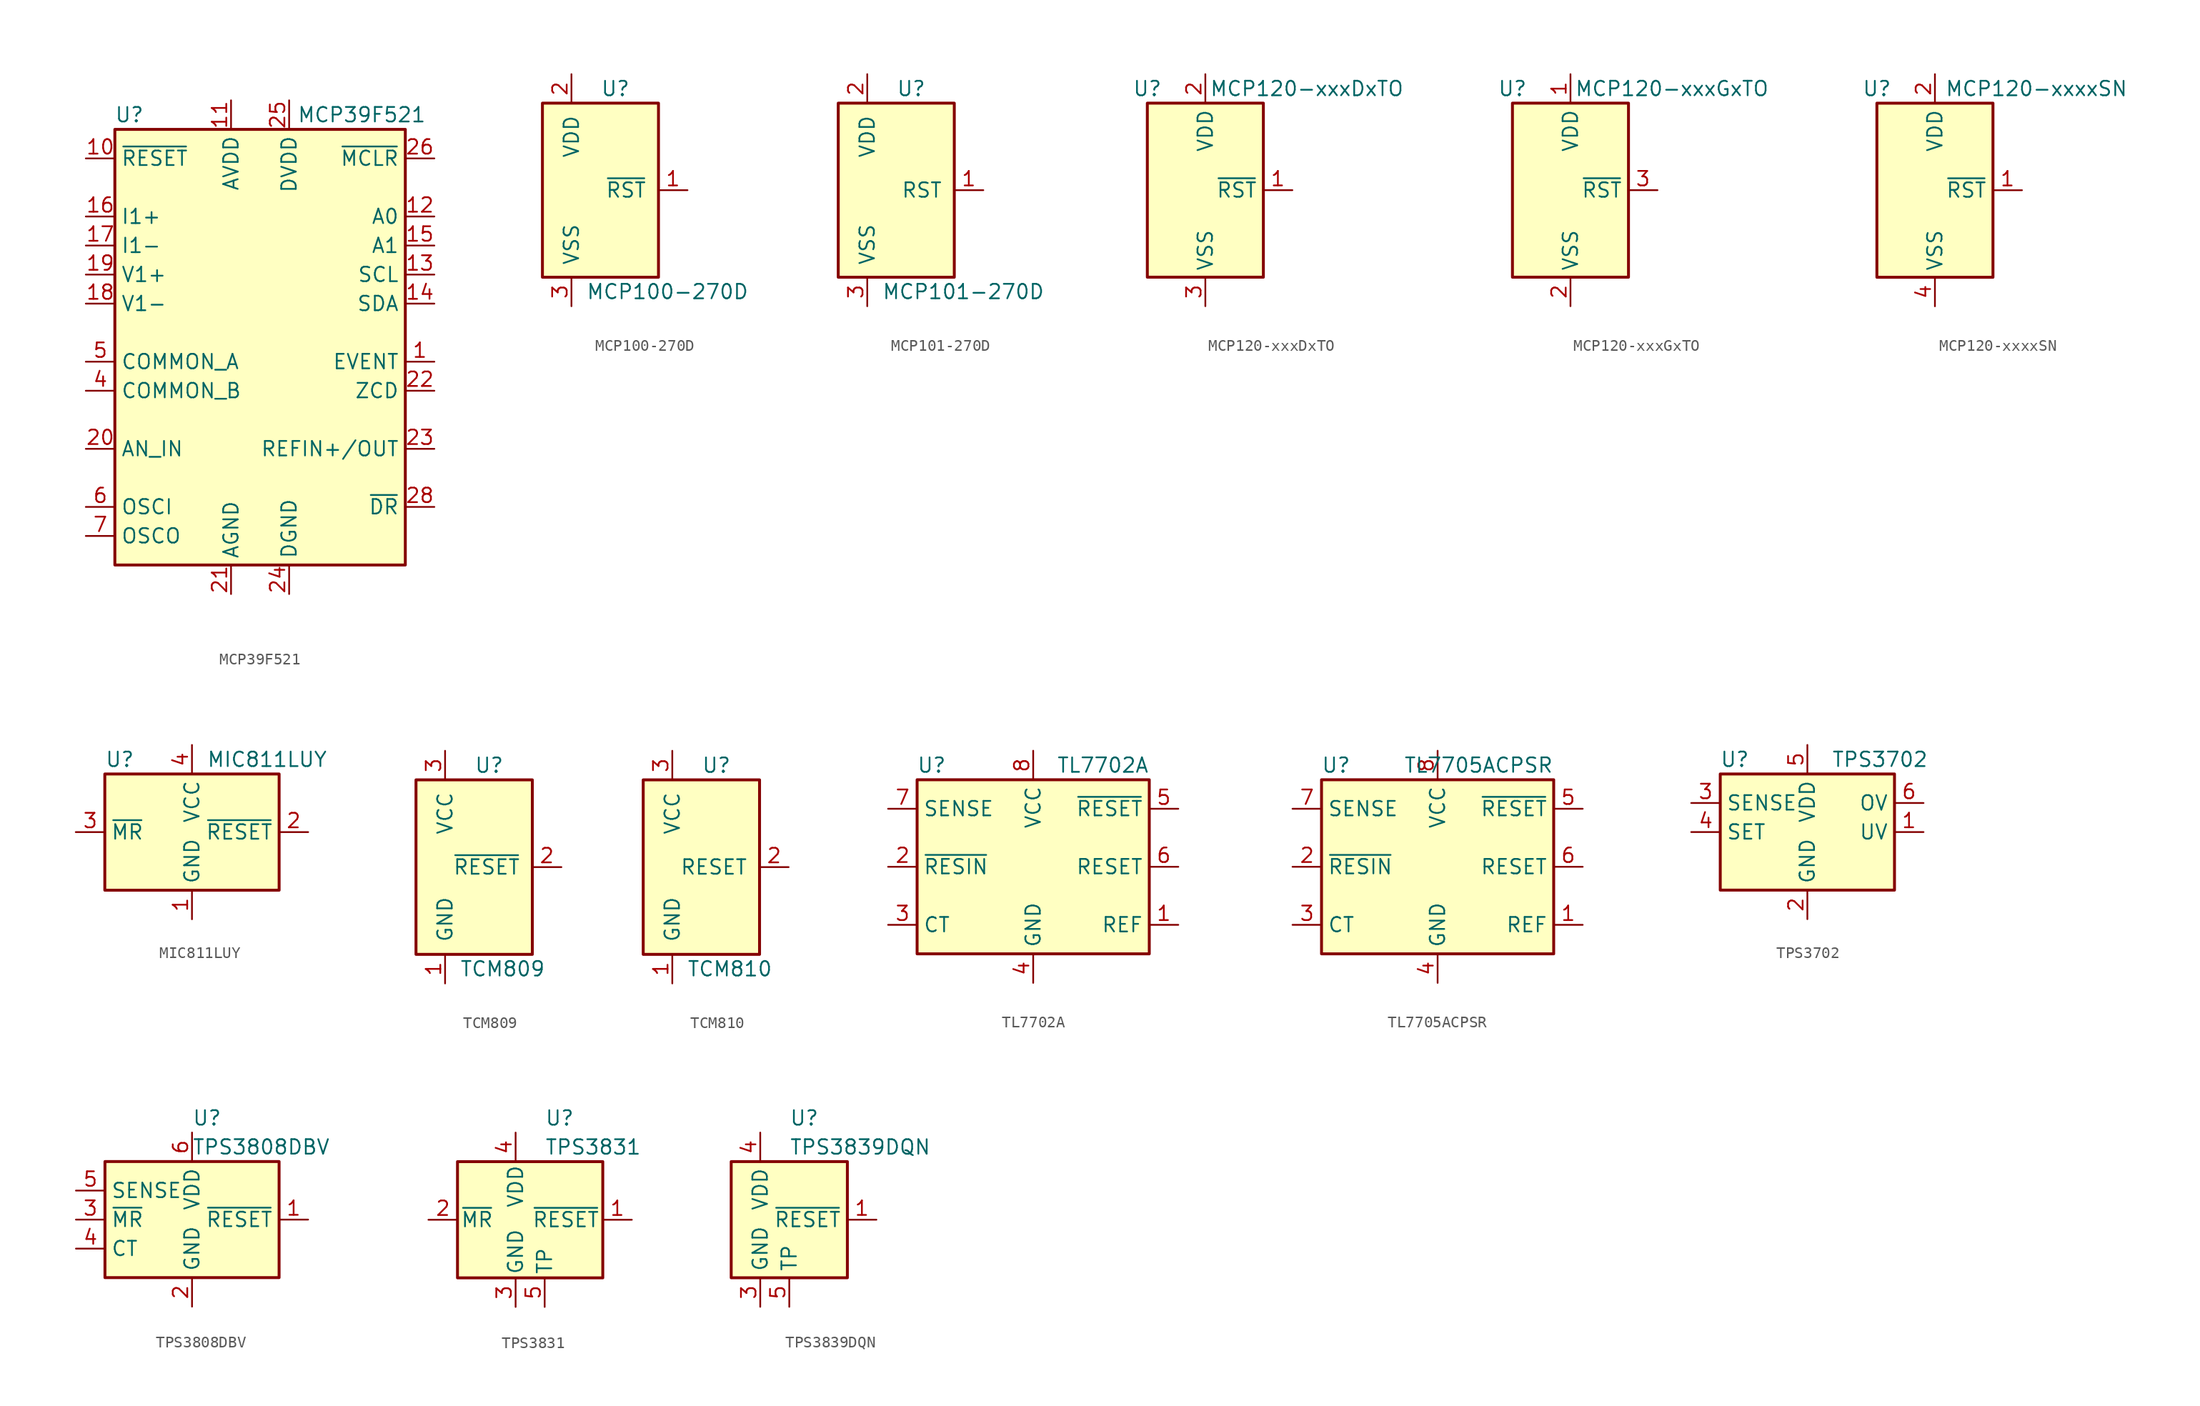
<source format=kicad_sym>
(kicad_symbol_lib
  (version 20201005)
  (generator kicad_symbol_editor)
  (symbol "Power_Supervisor:MCP39F521"
    (property "Reference" "U"
      (at -11.43 19.05 0)
      (effects (font (size 1.27 1.27))))
    (property "Value" "MCP39F521"
      (at 8.89 19.05 0)
      (effects (font (size 1.27 1.27))))
    (symbol "MCP39F521_0_1"
      (rectangle (start -12.7 17.78) (end 12.7 -20.32) (stroke (width 0.254)) (fill (type background))))
    (symbol "MCP39F521_1_1"
      (pin output line (at 15.24 -2.54 180) (length 2.54) (name "EVENT" (effects (font (size 1.27 1.27)))) (number "1" (effects (font (size 1.27 1.27)))))
      (pin input line (at -15.24 15.24 0) (length 2.54) (name "~RESET" (effects (font (size 1.27 1.27)))) (number "10" (effects (font (size 1.27 1.27)))))
      (pin power_in line (at -2.54 20.32 270) (length 2.54) (name "AVDD" (effects (font (size 1.27 1.27)))) (number "11" (effects (font (size 1.27 1.27)))))
      (pin input line (at 15.24 10.16 180) (length 2.54) (name "A0" (effects (font (size 1.27 1.27)))) (number "12" (effects (font (size 1.27 1.27)))))
      (pin input line (at 15.24 5.08 180) (length 2.54) (name "SCL" (effects (font (size 1.27 1.27)))) (number "13" (effects (font (size 1.27 1.27)))))
      (pin bidirectional line (at 15.24 2.54 180) (length 2.54) (name "SDA" (effects (font (size 1.27 1.27)))) (number "14" (effects (font (size 1.27 1.27)))))
      (pin input line (at 15.24 7.62 180) (length 2.54) (name "A1" (effects (font (size 1.27 1.27)))) (number "15" (effects (font (size 1.27 1.27)))))
      (pin input line (at -15.24 10.16 0) (length 2.54) (name "I1+" (effects (font (size 1.27 1.27)))) (number "16" (effects (font (size 1.27 1.27)))))
      (pin input line (at -15.24 7.62 0) (length 2.54) (name "I1-" (effects (font (size 1.27 1.27)))) (number "17" (effects (font (size 1.27 1.27)))))
      (pin input line (at -15.24 2.54 0) (length 2.54) (name "V1-" (effects (font (size 1.27 1.27)))) (number "18" (effects (font (size 1.27 1.27)))))
      (pin input line (at -15.24 5.08 0) (length 2.54) (name "V1+" (effects (font (size 1.27 1.27)))) (number "19" (effects (font (size 1.27 1.27)))))
      (pin no_connect line (at -12.7 12.7 0) (length 2.54) hide (name "NC" (effects (font (size 1.27 1.27)))) (number "2" (effects (font (size 1.27 1.27)))))
      (pin input line (at -15.24 -10.16 0) (length 2.54) (name "AN_IN" (effects (font (size 1.27 1.27)))) (number "20" (effects (font (size 1.27 1.27)))))
      (pin power_in line (at -2.54 -22.86 90) (length 2.54) (name "AGND" (effects (font (size 1.27 1.27)))) (number "21" (effects (font (size 1.27 1.27)))))
      (pin output line (at 15.24 -5.08 180) (length 2.54) (name "ZCD" (effects (font (size 1.27 1.27)))) (number "22" (effects (font (size 1.27 1.27)))))
      (pin bidirectional line (at 15.24 -10.16 180) (length 2.54) (name "REFIN+/OUT" (effects (font (size 1.27 1.27)))) (number "23" (effects (font (size 1.27 1.27)))))
      (pin power_in line (at 2.54 -22.86 90) (length 2.54) (name "DGND" (effects (font (size 1.27 1.27)))) (number "24" (effects (font (size 1.27 1.27)))))
      (pin power_in line (at 2.54 20.32 270) (length 2.54) (name "DVDD" (effects (font (size 1.27 1.27)))) (number "25" (effects (font (size 1.27 1.27)))))
      (pin input line (at 15.24 15.24 180) (length 2.54) (name "~MCLR" (effects (font (size 1.27 1.27)))) (number "26" (effects (font (size 1.27 1.27)))))
      (pin passive line (at 2.54 -22.86 90) (length 2.54) hide (name "DGND" (effects (font (size 1.27 1.27)))) (number "27" (effects (font (size 1.27 1.27)))))
      (pin output line (at 15.24 -15.24 180) (length 2.54) (name "~DR" (effects (font (size 1.27 1.27)))) (number "28" (effects (font (size 1.27 1.27)))))
      (pin passive line (at 2.54 -22.86 90) (length 2.54) hide (name "DGND" (effects (font (size 1.27 1.27)))) (number "29" (effects (font (size 1.27 1.27)))))
      (pin no_connect line (at -12.7 0 0) (length 2.54) hide (name "NC" (effects (font (size 1.27 1.27)))) (number "3" (effects (font (size 1.27 1.27)))))
      (pin passive line (at -15.24 -5.08 0) (length 2.54) (name "COMMON_B" (effects (font (size 1.27 1.27)))) (number "4" (effects (font (size 1.27 1.27)))))
      (pin passive line (at -15.24 -2.54 0) (length 2.54) (name "COMMON_A" (effects (font (size 1.27 1.27)))) (number "5" (effects (font (size 1.27 1.27)))))
      (pin input line (at -15.24 -15.24 0) (length 2.54) (name "OSCI" (effects (font (size 1.27 1.27)))) (number "6" (effects (font (size 1.27 1.27)))))
      (pin passive line (at -15.24 -17.78 0) (length 2.54) (name "OSCO" (effects (font (size 1.27 1.27)))) (number "7" (effects (font (size 1.27 1.27)))))
      (pin no_connect line (at 12.7 12.7 180) (length 2.54) hide (name "NC" (effects (font (size 1.27 1.27)))) (number "8" (effects (font (size 1.27 1.27)))))
      (pin no_connect line (at 12.7 0 180) (length 2.54) hide (name "NC" (effects (font (size 1.27 1.27)))) (number "9" (effects (font (size 1.27 1.27)))))))
  (symbol "Power_Supervisor:MCP100-270D"
    (pin_names
      (offset 1.016))
    (property "Reference" "U"
      (at 0 8.89 0)
      (effects (font (size 1.27 1.27)) (justify left)))
    (property "Value" "MCP100-270D"
      (at -1.27 -8.89 0)
      (effects (font (size 1.27 1.27)) (justify left)))
    (symbol "MCP100-270D_1_1"
      (rectangle (start -5.08 7.62) (end 5.08 -7.62) (stroke (width 0.254)) (fill (type background)))
      (pin output line (at 7.62 0 180) (length 2.54) (name "~RST" (effects (font (size 1.27 1.27)))) (number "1" (effects (font (size 1.27 1.27)))))
      (pin power_in line (at -2.54 10.16 270) (length 2.54) (name "VDD" (effects (font (size 1.27 1.27)))) (number "2" (effects (font (size 1.27 1.27)))))
      (pin power_in line (at -2.54 -10.16 90) (length 2.54) (name "VSS" (effects (font (size 1.27 1.27)))) (number "3" (effects (font (size 1.27 1.27)))))))
  (symbol "Power_Supervisor:MCP101-270D"
    (pin_names
      (offset 1.016))
    (property "Reference" "U"
      (at 0 8.89 0)
      (effects (font (size 1.27 1.27)) (justify left)))
    (property "Value" "MCP101-270D"
      (at -1.27 -8.89 0)
      (effects (font (size 1.27 1.27)) (justify left)))
    (symbol "MCP101-270D_1_1"
      (rectangle (start -5.08 7.62) (end 5.08 -7.62) (stroke (width 0.254)) (fill (type background)))
      (pin output line (at 7.62 0 180) (length 2.54) (name "RST" (effects (font (size 1.27 1.27)))) (number "1" (effects (font (size 1.27 1.27)))))
      (pin power_in line (at -2.54 10.16 270) (length 2.54) (name "VDD" (effects (font (size 1.27 1.27)))) (number "2" (effects (font (size 1.27 1.27)))))
      (pin power_in line (at -2.54 -10.16 90) (length 2.54) (name "VSS" (effects (font (size 1.27 1.27)))) (number "3" (effects (font (size 1.27 1.27)))))))
  (symbol "Power_Supervisor:MCP120-xxxDxTO"
    (property "Reference" "U"
      (at -5.08 8.89 0)
      (effects (font (size 1.27 1.27))))
    (property "Value" "MCP120-xxxDxTO"
      (at 8.89 8.89 0)
      (effects (font (size 1.27 1.27))))
    (symbol "MCP120-xxxDxTO_0_1"
      (rectangle (start 5.08 7.62) (end -5.08 -7.62) (stroke (width 0.254)) (fill (type background)))
      (pin power_in line (at 0 10.16 270) (length 2.54) (name "VDD" (effects (font (size 1.27 1.27)))) (number "2" (effects (font (size 1.27 1.27))))))
    (symbol "MCP120-xxxDxTO_1_1"
      (pin open_collector line (at 7.62 0 180) (length 2.54) (name "~RST" (effects (font (size 1.27 1.27)))) (number "1" (effects (font (size 1.27 1.27)))))
      (pin power_in line (at 0 -10.16 90) (length 2.54) (name "VSS" (effects (font (size 1.27 1.27)))) (number "3" (effects (font (size 1.27 1.27)))))))
  (symbol "Power_Supervisor:MCP120-xxxGxTO"
    (property "Reference" "U"
      (at -5.08 8.89 0)
      (effects (font (size 1.27 1.27))))
    (property "Value" "MCP120-xxxGxTO"
      (at 8.89 8.89 0)
      (effects (font (size 1.27 1.27))))
    (symbol "MCP120-xxxGxTO_0_1"
      (rectangle (start 5.08 7.62) (end -5.08 -7.62) (stroke (width 0.254)) (fill (type background))))
    (symbol "MCP120-xxxGxTO_1_1"
      (pin power_in line (at 0 10.16 270) (length 2.54) (name "VDD" (effects (font (size 1.27 1.27)))) (number "1" (effects (font (size 1.27 1.27)))))
      (pin power_in line (at 0 -10.16 90) (length 2.54) (name "VSS" (effects (font (size 1.27 1.27)))) (number "2" (effects (font (size 1.27 1.27)))))
      (pin open_collector line (at 7.62 0 180) (length 2.54) (name "~RST" (effects (font (size 1.27 1.27)))) (number "3" (effects (font (size 1.27 1.27)))))))
  (symbol "Power_Supervisor:MCP120-xxxxSN"
    (property "Reference" "U"
      (at -5.08 8.89 0)
      (effects (font (size 1.27 1.27))))
    (property "Value" "MCP120-xxxxSN"
      (at 8.89 8.89 0)
      (effects (font (size 1.27 1.27))))
    (symbol "MCP120-xxxxSN_0_1"
      (rectangle (start 5.08 7.62) (end -5.08 -7.62) (stroke (width 0.254)) (fill (type background))))
    (symbol "MCP120-xxxxSN_1_1"
      (pin open_collector line (at 7.62 0 180) (length 2.54) (name "~RST" (effects (font (size 1.27 1.27)))) (number "1" (effects (font (size 1.27 1.27)))))
      (pin power_in line (at 0 10.16 270) (length 2.54) (name "VDD" (effects (font (size 1.27 1.27)))) (number "2" (effects (font (size 1.27 1.27)))))
      (pin no_connect line (at -5.08 5.08 0) (length 2.54) hide (name "NC" (effects (font (size 1.27 1.27)))) (number "3" (effects (font (size 1.27 1.27)))))
      (pin power_in line (at 0 -10.16 90) (length 2.54) (name "VSS" (effects (font (size 1.27 1.27)))) (number "4" (effects (font (size 1.27 1.27)))))
      (pin no_connect line (at -5.08 2.54 0) (length 2.54) hide (name "NC" (effects (font (size 1.27 1.27)))) (number "5" (effects (font (size 1.27 1.27)))))
      (pin no_connect line (at -5.08 0 0) (length 2.54) hide (name "NC" (effects (font (size 1.27 1.27)))) (number "6" (effects (font (size 1.27 1.27)))))
      (pin no_connect line (at -5.08 -2.54 0) (length 2.54) hide (name "NC" (effects (font (size 1.27 1.27)))) (number "7" (effects (font (size 1.27 1.27)))))
      (pin no_connect line (at -5.08 -5.08 0) (length 2.54) hide (name "NC" (effects (font (size 1.27 1.27)))) (number "8" (effects (font (size 1.27 1.27)))))))
  (symbol "Power_Supervisor:MIC811LUY"
    (property "Reference" "U"
      (at -7.62 6.35 0)
      (effects (font (size 1.27 1.27)) (justify left)))
    (property "Value" "MIC811LUY"
      (at 1.27 6.35 0)
      (effects (font (size 1.27 1.27)) (justify left)))
    (symbol "MIC811LUY_0_1"
      (rectangle (start -7.62 5.08) (end 7.62 -5.08) (stroke (width 0.254)) (fill (type background))))
    (symbol "MIC811LUY_1_1"
      (pin power_in line (at 0 -7.62 90) (length 2.54) (name "GND" (effects (font (size 1.27 1.27)))) (number "1" (effects (font (size 1.27 1.27)))))
      (pin output line (at 10.16 0 180) (length 2.54) (name "~RESET" (effects (font (size 1.27 1.27)))) (number "2" (effects (font (size 1.27 1.27)))))
      (pin input line (at -10.16 0 0) (length 2.54) (name "~MR" (effects (font (size 1.27 1.27)))) (number "3" (effects (font (size 1.27 1.27)))))
      (pin power_in line (at 0 7.62 270) (length 2.54) (name "VCC" (effects (font (size 1.27 1.27)))) (number "4" (effects (font (size 1.27 1.27)))))))
  (symbol "Power_Supervisor:TCM809"
    (pin_names
      (offset 1.016))
    (property "Reference" "U"
      (at 0 8.89 0)
      (effects (font (size 1.27 1.27)) (justify left)))
    (property "Value" "TCM809"
      (at -1.27 -8.89 0)
      (effects (font (size 1.27 1.27)) (justify left)))
    (symbol "TCM809_1_1"
      (rectangle (start -5.08 7.62) (end 5.08 -7.62) (stroke (width 0.254)) (fill (type background)))
      (pin power_in line (at -2.54 -10.16 90) (length 2.54) (name "GND" (effects (font (size 1.27 1.27)))) (number "1" (effects (font (size 1.27 1.27)))))
      (pin output line (at 7.62 0 180) (length 2.54) (name "~RESET~" (effects (font (size 1.27 1.27)))) (number "2" (effects (font (size 1.27 1.27)))))
      (pin power_in line (at -2.54 10.16 270) (length 2.54) (name "VCC" (effects (font (size 1.27 1.27)))) (number "3" (effects (font (size 1.27 1.27)))))))
  (symbol "Power_Supervisor:TCM810"
    (pin_names
      (offset 1.016))
    (property "Reference" "U"
      (at 0 8.89 0)
      (effects (font (size 1.27 1.27)) (justify left)))
    (property "Value" "TCM810"
      (at -1.27 -8.89 0)
      (effects (font (size 1.27 1.27)) (justify left)))
    (symbol "TCM810_1_1"
      (rectangle (start -5.08 7.62) (end 5.08 -7.62) (stroke (width 0.254)) (fill (type background)))
      (pin power_in line (at -2.54 -10.16 90) (length 2.54) (name "GND" (effects (font (size 1.27 1.27)))) (number "1" (effects (font (size 1.27 1.27)))))
      (pin output line (at 7.62 0 180) (length 2.54) (name "RESET" (effects (font (size 1.27 1.27)))) (number "2" (effects (font (size 1.27 1.27)))))
      (pin power_in line (at -2.54 10.16 270) (length 2.54) (name "VCC" (effects (font (size 1.27 1.27)))) (number "3" (effects (font (size 1.27 1.27)))))))
  (symbol "Power_Supervisor:TL7702A"
    (property "Reference" "U"
      (at -8.89 8.89 0)
      (effects (font (size 1.27 1.27))))
    (property "Value" "TL7702A"
      (at 10.16 8.89 0)
      (effects (font (size 1.27 1.27)) (justify right)))
    (symbol "TL7702A_0_1"
      (rectangle (start -10.16 7.62) (end 10.16 -7.62) (stroke (width 0.254)) (fill (type background))))
    (symbol "TL7702A_1_1"
      (pin output line (at 12.7 -5.08 180) (length 2.54) (name "REF" (effects (font (size 1.27 1.27)))) (number "1" (effects (font (size 1.27 1.27)))))
      (pin input line (at -12.7 0 0) (length 2.54) (name "~RESIN" (effects (font (size 1.27 1.27)))) (number "2" (effects (font (size 1.27 1.27)))))
      (pin passive line (at -12.7 -5.08 0) (length 2.54) (name "CT" (effects (font (size 1.27 1.27)))) (number "3" (effects (font (size 1.27 1.27)))))
      (pin power_in line (at 0 -10.16 90) (length 2.54) (name "GND" (effects (font (size 1.27 1.27)))) (number "4" (effects (font (size 1.27 1.27)))))
      (pin open_collector line (at 12.7 5.08 180) (length 2.54) (name "~RESET" (effects (font (size 1.27 1.27)))) (number "5" (effects (font (size 1.27 1.27)))))
      (pin open_collector line (at 12.7 0 180) (length 2.54) (name "RESET" (effects (font (size 1.27 1.27)))) (number "6" (effects (font (size 1.27 1.27)))))
      (pin input line (at -12.7 5.08 0) (length 2.54) (name "SENSE" (effects (font (size 1.27 1.27)))) (number "7" (effects (font (size 1.27 1.27)))))
      (pin power_in line (at 0 10.16 270) (length 2.54) (name "VCC" (effects (font (size 1.27 1.27)))) (number "8" (effects (font (size 1.27 1.27)))))))
  (symbol "Power_Supervisor:TL7705ACPSR"
    (property "Reference" "U"
      (at -8.89 8.89 0)
      (effects (font (size 1.27 1.27))))
    (property "Value" "TL7705ACPSR"
      (at 10.16 8.89 0)
      (effects (font (size 1.27 1.27)) (justify right)))
    (symbol "TL7705ACPSR_0_1"
      (rectangle (start -10.16 7.62) (end 10.16 -7.62) (stroke (width 0.254)) (fill (type background))))
    (symbol "TL7705ACPSR_1_1"
      (pin output line (at 12.7 -5.08 180) (length 2.54) (name "REF" (effects (font (size 1.27 1.27)))) (number "1" (effects (font (size 1.27 1.27)))))
      (pin input line (at -12.7 0 0) (length 2.54) (name "~RESIN" (effects (font (size 1.27 1.27)))) (number "2" (effects (font (size 1.27 1.27)))))
      (pin passive line (at -12.7 -5.08 0) (length 2.54) (name "CT" (effects (font (size 1.27 1.27)))) (number "3" (effects (font (size 1.27 1.27)))))
      (pin power_in line (at 0 -10.16 90) (length 2.54) (name "GND" (effects (font (size 1.27 1.27)))) (number "4" (effects (font (size 1.27 1.27)))))
      (pin open_collector line (at 12.7 5.08 180) (length 2.54) (name "~RESET" (effects (font (size 1.27 1.27)))) (number "5" (effects (font (size 1.27 1.27)))))
      (pin open_collector line (at 12.7 0 180) (length 2.54) (name "RESET" (effects (font (size 1.27 1.27)))) (number "6" (effects (font (size 1.27 1.27)))))
      (pin input line (at -12.7 5.08 0) (length 2.54) (name "SENSE" (effects (font (size 1.27 1.27)))) (number "7" (effects (font (size 1.27 1.27)))))
      (pin power_in line (at 0 10.16 270) (length 2.54) (name "VCC" (effects (font (size 1.27 1.27)))) (number "8" (effects (font (size 1.27 1.27)))))))
  (symbol "Power_Supervisor:TPS3702"
    (property "Reference" "U"
      (at -6.35 6.35 0)
      (effects (font (size 1.27 1.27))))
    (property "Value" "TPS3702"
      (at 6.35 6.35 0)
      (effects (font (size 1.27 1.27))))
    (symbol "TPS3702_0_1"
      (rectangle (start -7.62 5.08) (end 7.62 -5.08) (stroke (width 0.254)) (fill (type background))))
    (symbol "TPS3702_1_1"
      (pin output line (at 10.16 0 180) (length 2.54) (name "UV" (effects (font (size 1.27 1.27)))) (number "1" (effects (font (size 1.27 1.27)))))
      (pin power_in line (at 0 -7.62 90) (length 2.54) (name "GND" (effects (font (size 1.27 1.27)))) (number "2" (effects (font (size 1.27 1.27)))))
      (pin input line (at -10.16 2.54 0) (length 2.54) (name "SENSE" (effects (font (size 1.27 1.27)))) (number "3" (effects (font (size 1.27 1.27)))))
      (pin input line (at -10.16 0 0) (length 2.54) (name "SET" (effects (font (size 1.27 1.27)))) (number "4" (effects (font (size 1.27 1.27)))))
      (pin power_in line (at 0 7.62 270) (length 2.54) (name "VDD" (effects (font (size 1.27 1.27)))) (number "5" (effects (font (size 1.27 1.27)))))
      (pin output line (at 10.16 2.54 180) (length 2.54) (name "OV" (effects (font (size 1.27 1.27)))) (number "6" (effects (font (size 1.27 1.27)))))))
  (symbol "Power_Supervisor:TPS3808DBV"
    (property "Reference" "U"
      (at 0 8.89 0)
      (effects (font (size 1.27 1.27)) (justify left)))
    (property "Value" "TPS3808DBV"
      (at 0 6.35 0)
      (effects (font (size 1.27 1.27)) (justify left)))
    (symbol "TPS3808DBV_0_1"
      (rectangle (start -7.62 5.08) (end 7.62 -5.08) (stroke (width 0.254)) (fill (type background))))
    (symbol "TPS3808DBV_1_1"
      (pin output line (at 10.16 0 180) (length 2.54) (name "~RESET" (effects (font (size 1.27 1.27)))) (number "1" (effects (font (size 1.27 1.27)))))
      (pin power_in line (at 0 -7.62 90) (length 2.54) (name "GND" (effects (font (size 1.27 1.27)))) (number "2" (effects (font (size 1.27 1.27)))))
      (pin input line (at -10.16 0 0) (length 2.54) (name "~MR" (effects (font (size 1.27 1.27)))) (number "3" (effects (font (size 1.27 1.27)))))
      (pin input line (at -10.16 -2.54 0) (length 2.54) (name "CT" (effects (font (size 1.27 1.27)))) (number "4" (effects (font (size 1.27 1.27)))))
      (pin input line (at -10.16 2.54 0) (length 2.54) (name "SENSE" (effects (font (size 1.27 1.27)))) (number "5" (effects (font (size 1.27 1.27)))))
      (pin power_in line (at 0 7.62 270) (length 2.54) (name "VDD" (effects (font (size 1.27 1.27)))) (number "6" (effects (font (size 1.27 1.27)))))))
  (symbol "Power_Supervisor:TPS3831"
    (pin_names
      (offset 0.254))
    (property "Reference" "U"
      (at 2.54 8.89 0)
      (effects (font (size 1.27 1.27)) (justify left)))
    (property "Value" "TPS3831"
      (at 2.54 6.35 0)
      (effects (font (size 1.27 1.27)) (justify left)))
    (symbol "TPS3831_0_1"
      (rectangle (start -5.08 5.08) (end 7.62 -5.08) (stroke (width 0.254)) (fill (type background))))
    (symbol "TPS3831_1_1"
      (pin output line (at 10.16 0 180) (length 2.54) (name "~RESET" (effects (font (size 1.27 1.27)))) (number "1" (effects (font (size 1.27 1.27)))))
      (pin input line (at -7.62 0 0) (length 2.54) (name "~MR" (effects (font (size 1.27 1.27)))) (number "2" (effects (font (size 1.27 1.27)))))
      (pin power_in line (at 0 -7.62 90) (length 2.54) (name "GND" (effects (font (size 1.27 1.27)))) (number "3" (effects (font (size 1.27 1.27)))))
      (pin power_in line (at 0 7.62 270) (length 2.54) (name "VDD" (effects (font (size 1.27 1.27)))) (number "4" (effects (font (size 1.27 1.27)))))
      (pin power_in line (at 2.54 -7.62 90) (length 2.54) (name "TP" (effects (font (size 1.27 1.27)))) (number "5" (effects (font (size 1.27 1.27)))))))
  (symbol "Power_Supervisor:TPS3839DQN"
    (property "Reference" "U"
      (at 2.54 8.89 0)
      (effects (font (size 1.27 1.27)) (justify left)))
    (property "Value" "TPS3839DQN"
      (at 2.54 6.35 0)
      (effects (font (size 1.27 1.27)) (justify left)))
    (symbol "TPS3839DQN_0_1"
      (rectangle (start -2.54 5.08) (end 7.62 -5.08) (stroke (width 0.254)) (fill (type background))))
    (symbol "TPS3839DQN_1_1"
      (pin output line (at 10.16 0 180) (length 2.54) (name "~RESET" (effects (font (size 1.27 1.27)))) (number "1" (effects (font (size 1.27 1.27)))))
      (pin no_connect line (at -2.54 0 0) (length 2.54) hide (name "NC" (effects (font (size 1.27 1.27)))) (number "2" (effects (font (size 1.27 1.27)))))
      (pin power_in line (at 0 -7.62 90) (length 2.54) (name "GND" (effects (font (size 1.27 1.27)))) (number "3" (effects (font (size 1.27 1.27)))))
      (pin power_in line (at 0 7.62 270) (length 2.54) (name "VDD" (effects (font (size 1.27 1.27)))) (number "4" (effects (font (size 1.27 1.27)))))
      (pin power_in line (at 2.54 -7.62 90) (length 2.54) (name "TP" (effects (font (size 1.27 1.27)))) (number "5" (effects (font (size 1.27 1.27))))))))
</source>
